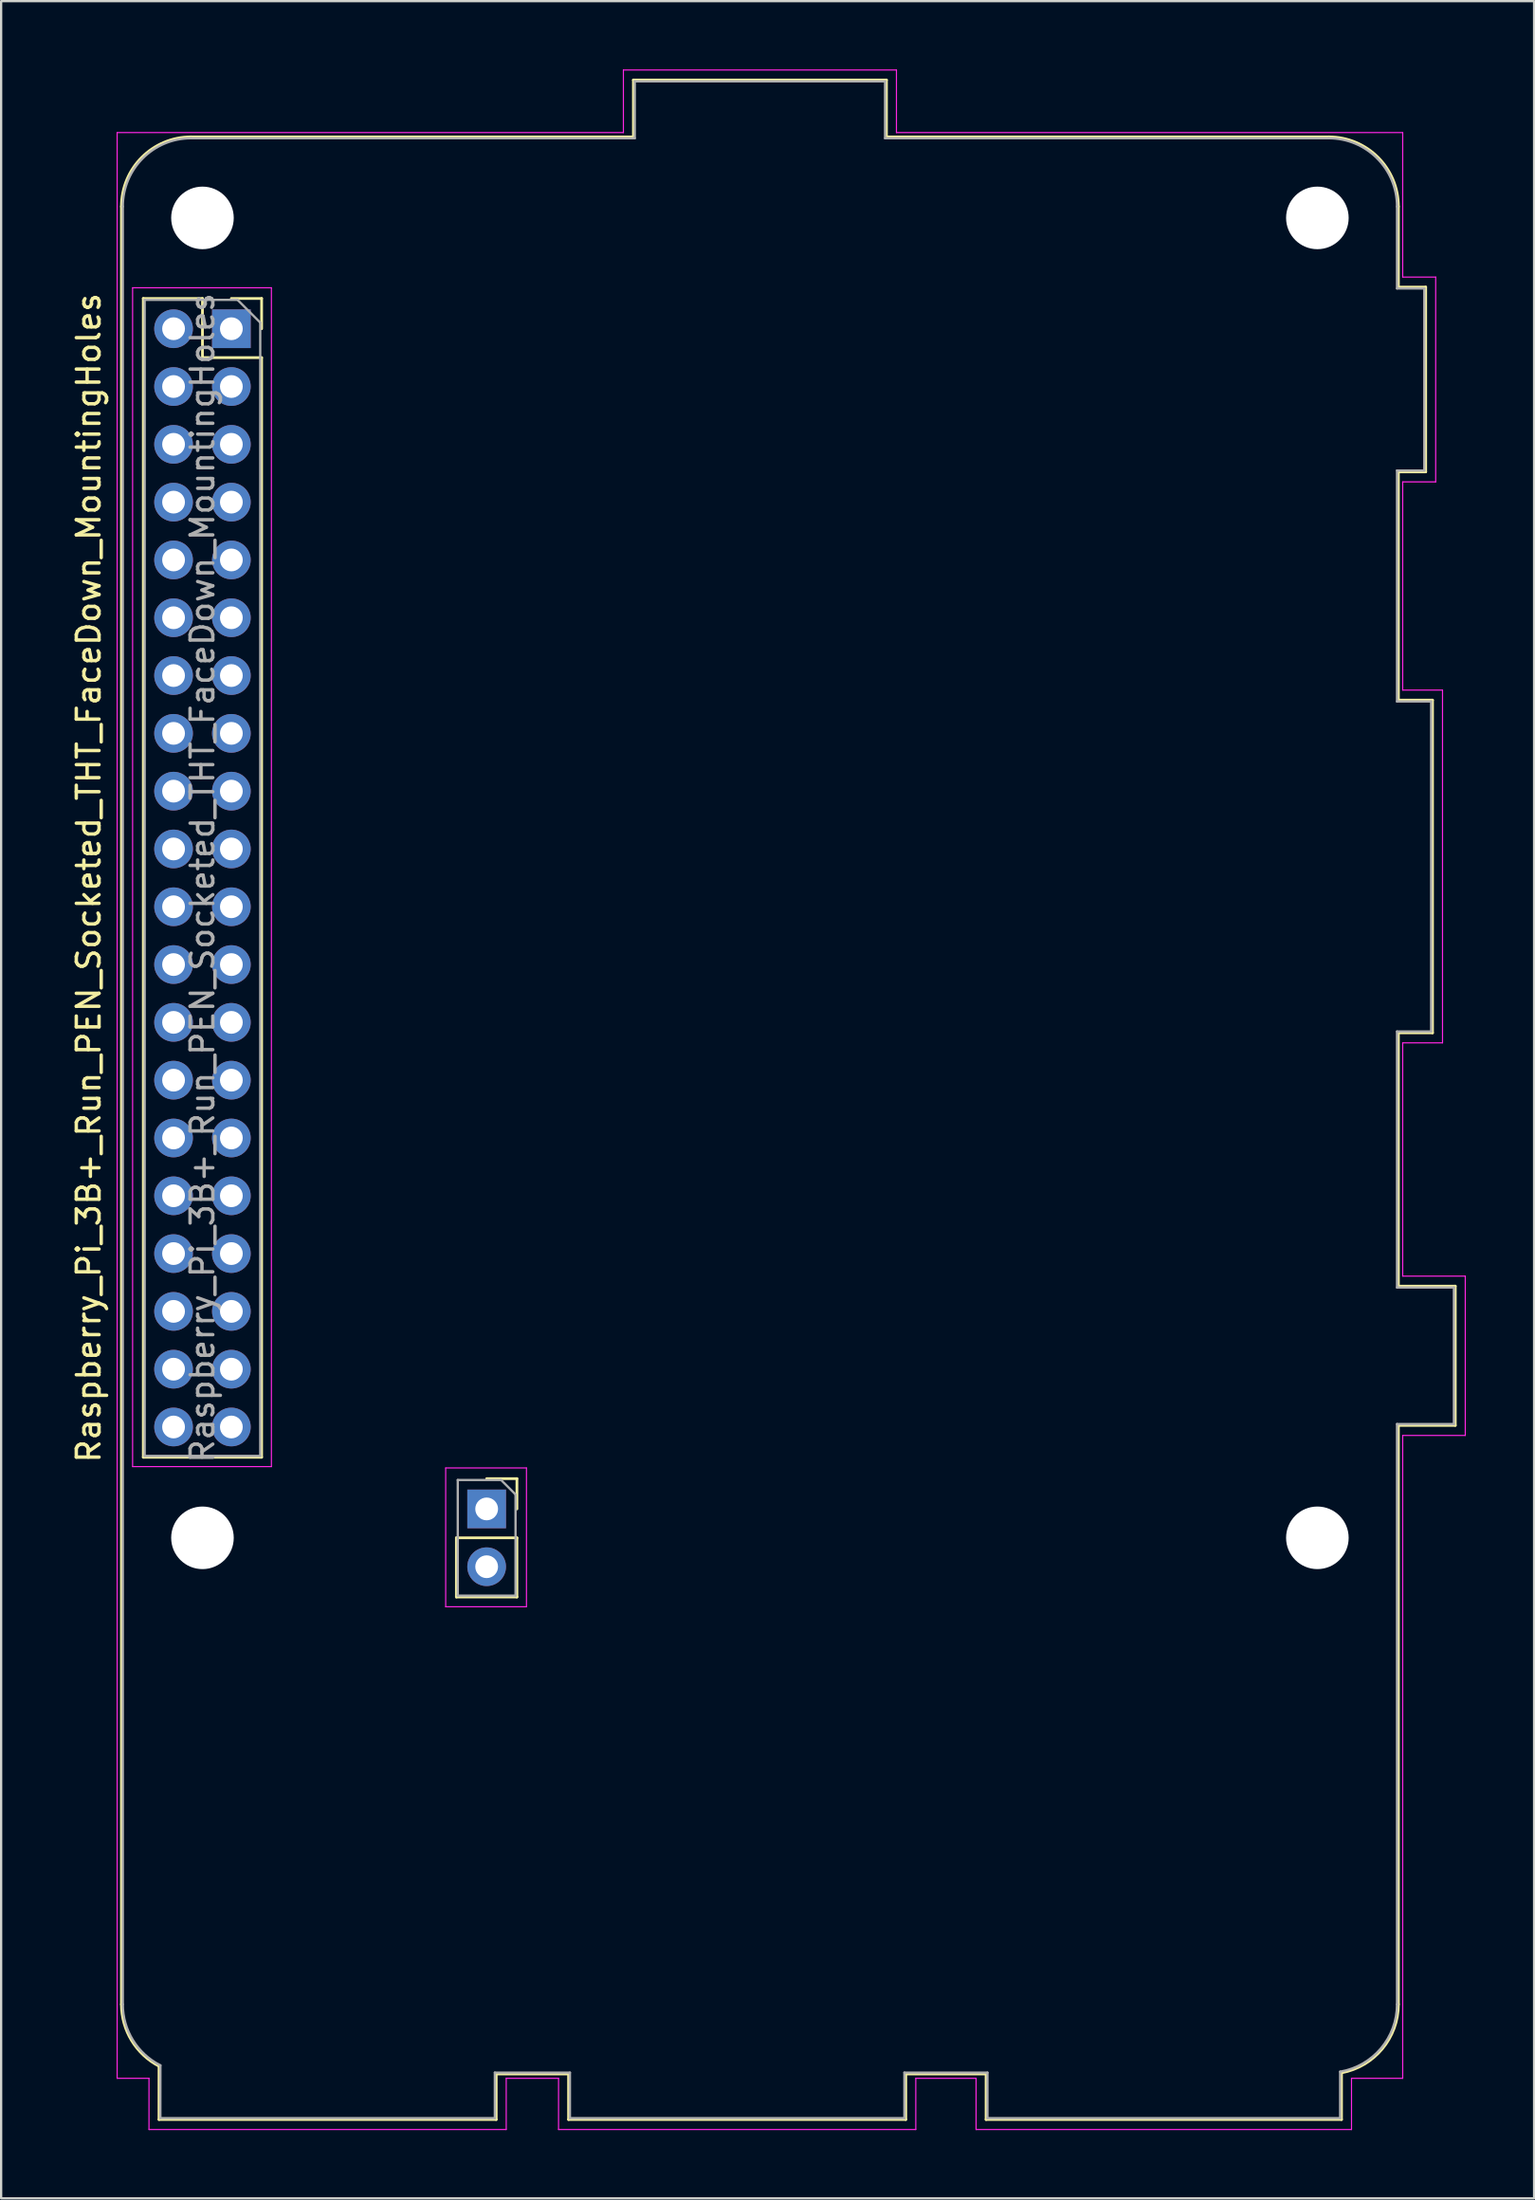
<source format=kicad_pcb>
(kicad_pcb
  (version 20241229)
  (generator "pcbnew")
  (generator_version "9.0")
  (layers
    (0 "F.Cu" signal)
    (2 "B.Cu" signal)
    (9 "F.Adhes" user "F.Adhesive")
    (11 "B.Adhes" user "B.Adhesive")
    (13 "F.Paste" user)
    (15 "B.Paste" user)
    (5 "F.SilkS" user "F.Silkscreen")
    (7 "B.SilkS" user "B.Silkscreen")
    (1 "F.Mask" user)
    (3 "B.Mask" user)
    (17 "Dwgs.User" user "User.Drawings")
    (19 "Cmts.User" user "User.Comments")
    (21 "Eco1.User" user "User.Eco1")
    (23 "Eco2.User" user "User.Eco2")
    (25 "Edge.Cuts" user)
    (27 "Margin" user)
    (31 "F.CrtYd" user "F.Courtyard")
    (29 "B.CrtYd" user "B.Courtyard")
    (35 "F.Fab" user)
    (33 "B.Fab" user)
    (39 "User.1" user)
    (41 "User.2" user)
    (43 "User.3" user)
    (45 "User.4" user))
  (footprint "Raspberry_Pi_3B+_Run_PEN_Socketed_THT_FaceDown_MountingHoles"
    (layer "F.Cu")
    (at 7.118 11.395)
    (property "Reference" "Raspberry_Pi_3B+_Run_PEN_Socketed_THT_FaceDown_MountingHoles" (at -6.27 24.13 90) (layer "F.SilkS") (effects (font (size 1 1) (thickness 0.15))))
    (attr through_hole)
    (fp_line (start -4.83 73.63) (end -4.83 -5.37) (stroke (width 0.12) (type solid)) (layer "F.SilkS"))
    (fp_line (start -3.87 -1.33) (end -3.87 49.59) (stroke (width 0.12) (type solid)) (layer "F.SilkS"))
    (fp_line (start -3.87 -1.33) (end -1.27 -1.33) (stroke (width 0.12) (type solid)) (layer "F.SilkS"))
    (fp_line (start -3.87 49.59) (end 1.33 49.59) (stroke (width 0.12) (type solid)) (layer "F.SilkS"))
    (fp_line (start -3.18 78.69) (end -3.178 76.347) (stroke (width 0.12) (type solid)) (layer "F.SilkS"))
    (fp_line (start -1.77 -8.43) (end 17.67 -8.43) (stroke (width 0.12) (type solid)) (layer "F.SilkS"))
    (fp_line (start -1.27 -1.33) (end -1.27 1.27) (stroke (width 0.12) (type solid)) (layer "F.SilkS"))
    (fp_line (start -1.27 1.27) (end 1.33 1.27) (stroke (width 0.12) (type solid)) (layer "F.SilkS"))
    (fp_line (start 0 -1.33) (end 1.33 -1.33) (stroke (width 0.12) (type solid)) (layer "F.SilkS"))
    (fp_line (start 1.33 -1.33) (end 1.33 0) (stroke (width 0.12) (type solid)) (layer "F.SilkS"))
    (fp_line (start 1.33 1.27) (end 1.33 49.59) (stroke (width 0.12) (type solid)) (layer "F.SilkS"))
    (fp_line (start 9.89 53.13) (end 9.89 55.73) (stroke (width 0.12) (type solid)) (layer "F.SilkS"))
    (fp_line (start 9.89 53.13) (end 12.55 53.13) (stroke (width 0.12) (type solid)) (layer "F.SilkS"))
    (fp_line (start 9.89 55.73) (end 12.55 55.73) (stroke (width 0.12) (type solid)) (layer "F.SilkS"))
    (fp_line (start 11.22 50.53) (end 12.55 50.53) (stroke (width 0.12) (type solid)) (layer "F.SilkS"))
    (fp_line (start 11.64 76.69) (end 11.64 78.69) (stroke (width 0.12) (type solid)) (layer "F.SilkS"))
    (fp_line (start 11.64 78.69) (end -3.18 78.69) (stroke (width 0.12) (type solid)) (layer "F.SilkS"))
    (fp_line (start 12.55 50.53) (end 12.55 51.86) (stroke (width 0.12) (type solid)) (layer "F.SilkS"))
    (fp_line (start 12.55 53.13) (end 12.55 55.73) (stroke (width 0.12) (type solid)) (layer "F.SilkS"))
    (fp_line (start 14.82 76.69) (end 11.64 76.69) (stroke (width 0.12) (type solid)) (layer "F.SilkS"))
    (fp_line (start 14.82 78.69) (end 14.82 76.69) (stroke (width 0.12) (type solid)) (layer "F.SilkS"))
    (fp_line (start 17.67 -10.93) (end 17.67 -8.43) (stroke (width 0.12) (type solid)) (layer "F.SilkS"))
    (fp_line (start 28.79 -10.93) (end 17.67 -10.93) (stroke (width 0.12) (type solid)) (layer "F.SilkS"))
    (fp_line (start 28.79 -8.43) (end 28.79 -10.93) (stroke (width 0.12) (type solid)) (layer "F.SilkS"))
    (fp_line (start 29.64 76.69) (end 29.64 78.69) (stroke (width 0.12) (type solid)) (layer "F.SilkS"))
    (fp_line (start 29.64 78.69) (end 14.82 78.69) (stroke (width 0.12) (type solid)) (layer "F.SilkS"))
    (fp_line (start 33.17 76.69) (end 29.64 76.69) (stroke (width 0.12) (type solid)) (layer "F.SilkS"))
    (fp_line (start 33.17 78.69) (end 33.17 76.69) (stroke (width 0.12) (type solid)) (layer "F.SilkS"))
    (fp_line (start 48.23 -8.43) (end 28.79 -8.43) (stroke (width 0.12) (type solid)) (layer "F.SilkS"))
    (fp_line (start 48.79 78.69) (end 33.17 78.69) (stroke (width 0.12) (type solid)) (layer "F.SilkS"))
    (fp_line (start 48.79 78.69) (end 48.79 76.638) (stroke (width 0.12) (type solid)) (layer "F.SilkS"))
    (fp_line (start 51.29 -5.37) (end 51.29 -1.83) (stroke (width 0.12) (type solid)) (layer "F.SilkS"))
    (fp_line (start 51.29 -1.83) (end 52.49 -1.83) (stroke (width 0.12) (type solid)) (layer "F.SilkS"))
    (fp_line (start 51.29 6.29) (end 51.29 16.32) (stroke (width 0.12) (type solid)) (layer "F.SilkS"))
    (fp_line (start 51.29 16.32) (end 52.79 16.32) (stroke (width 0.12) (type solid)) (layer "F.SilkS"))
    (fp_line (start 51.29 30.94) (end 51.29 42.07) (stroke (width 0.12) (type solid)) (layer "F.SilkS"))
    (fp_line (start 51.29 42.07) (end 53.79 42.07) (stroke (width 0.12) (type solid)) (layer "F.SilkS"))
    (fp_line (start 51.29 48.19) (end 51.29 73.63) (stroke (width 0.12) (type solid)) (layer "F.SilkS"))
    (fp_line (start 52.49 -1.83) (end 52.49 6.29) (stroke (width 0.12) (type solid)) (layer "F.SilkS"))
    (fp_line (start 52.49 6.29) (end 51.29 6.29) (stroke (width 0.12) (type solid)) (layer "F.SilkS"))
    (fp_line (start 52.79 16.32) (end 52.79 30.94) (stroke (width 0.12) (type solid)) (layer "F.SilkS"))
    (fp_line (start 52.79 30.94) (end 51.29 30.94) (stroke (width 0.12) (type solid)) (layer "F.SilkS"))
    (fp_line (start 53.79 42.07) (end 53.79 48.19) (stroke (width 0.12) (type solid)) (layer "F.SilkS"))
    (fp_line (start 53.79 48.19) (end 51.29 48.19) (stroke (width 0.12) (type solid)) (layer "F.SilkS"))
    (fp_arc (start -4.83 -5.37) (mid -3.933747 -7.533747) (end -1.77 -8.43) (stroke (width 0.12) (type solid)) (layer "F.SilkS"))
    (fp_arc (start -3.178211 76.346715) (mid -4.384644 75.219728) (end -4.83 73.63) (stroke (width 0.12) (type solid)) (layer "F.SilkS"))
    (fp_arc (start 48.23 -8.43) (mid 50.393747 -7.533747) (end 51.29 -5.37) (stroke (width 0.12) (type solid)) (layer "F.SilkS"))
    (fp_arc (start 51.29 73.63) (mid 50.583325 75.585879) (end 48.789698 76.638378) (stroke (width 0.12) (type solid)) (layer "F.SilkS"))
    (fp_line (start -5.02 -8.62) (end 17.23 -8.62) (stroke (width 0.05) (type solid)) (layer "F.CrtYd"))
    (fp_line (start -5.02 76.88) (end -5.02 -8.62) (stroke (width 0.05) (type solid)) (layer "F.CrtYd"))
    (fp_line (start -4.34 -1.8) (end 1.76 -1.8) (stroke (width 0.05) (type solid)) (layer "F.CrtYd"))
    (fp_line (start -4.34 50) (end -4.34 -1.8) (stroke (width 0.05) (type solid)) (layer "F.CrtYd"))
    (fp_line (start -3.62 76.88) (end -5.02 76.88) (stroke (width 0.05) (type solid)) (layer "F.CrtYd"))
    (fp_line (start -3.62 79.13) (end -3.62 76.88) (stroke (width 0.05) (type solid)) (layer "F.CrtYd"))
    (fp_line (start 1.76 -1.8) (end 1.76 50) (stroke (width 0.05) (type solid)) (layer "F.CrtYd"))
    (fp_line (start 1.76 50) (end -4.34 50) (stroke (width 0.05) (type solid)) (layer "F.CrtYd"))
    (fp_line (start 9.42 50.06) (end 12.97 50.06) (stroke (width 0.05) (type solid)) (layer "F.CrtYd"))
    (fp_line (start 9.42 56.16) (end 9.42 50.06) (stroke (width 0.05) (type solid)) (layer "F.CrtYd"))
    (fp_line (start 12.08 76.88) (end 12.08 79.13) (stroke (width 0.05) (type solid)) (layer "F.CrtYd"))
    (fp_line (start 12.08 79.13) (end -3.62 79.13) (stroke (width 0.05) (type solid)) (layer "F.CrtYd"))
    (fp_line (start 12.97 50.06) (end 12.97 56.16) (stroke (width 0.05) (type solid)) (layer "F.CrtYd"))
    (fp_line (start 12.97 56.16) (end 9.42 56.16) (stroke (width 0.05) (type solid)) (layer "F.CrtYd"))
    (fp_line (start 14.38 76.88) (end 12.08 76.88) (stroke (width 0.05) (type solid)) (layer "F.CrtYd"))
    (fp_line (start 14.38 79.13) (end 14.38 76.88) (stroke (width 0.05) (type solid)) (layer "F.CrtYd"))
    (fp_line (start 17.23 -11.37) (end 29.23 -11.37) (stroke (width 0.05) (type solid)) (layer "F.CrtYd"))
    (fp_line (start 17.23 -8.62) (end 17.23 -11.37) (stroke (width 0.05) (type solid)) (layer "F.CrtYd"))
    (fp_line (start 29.23 -11.37) (end 29.23 -8.62) (stroke (width 0.05) (type solid)) (layer "F.CrtYd"))
    (fp_line (start 29.23 -8.62) (end 51.48 -8.62) (stroke (width 0.05) (type solid)) (layer "F.CrtYd"))
    (fp_line (start 30.08 76.88) (end 30.08 79.13) (stroke (width 0.05) (type solid)) (layer "F.CrtYd"))
    (fp_line (start 30.08 79.13) (end 14.38 79.13) (stroke (width 0.05) (type solid)) (layer "F.CrtYd"))
    (fp_line (start 32.73 76.88) (end 30.08 76.88) (stroke (width 0.05) (type solid)) (layer "F.CrtYd"))
    (fp_line (start 32.73 79.13) (end 32.73 76.88) (stroke (width 0.05) (type solid)) (layer "F.CrtYd"))
    (fp_line (start 49.23 76.88) (end 49.23 79.13) (stroke (width 0.05) (type solid)) (layer "F.CrtYd"))
    (fp_line (start 49.23 79.13) (end 32.73 79.13) (stroke (width 0.05) (type solid)) (layer "F.CrtYd"))
    (fp_line (start 51.48 -8.62) (end 51.48 -2.27) (stroke (width 0.05) (type solid)) (layer "F.CrtYd"))
    (fp_line (start 51.48 -2.27) (end 52.93 -2.27) (stroke (width 0.05) (type solid)) (layer "F.CrtYd"))
    (fp_line (start 51.48 6.73) (end 51.48 15.88) (stroke (width 0.05) (type solid)) (layer "F.CrtYd"))
    (fp_line (start 51.48 15.88) (end 53.23 15.88) (stroke (width 0.05) (type solid)) (layer "F.CrtYd"))
    (fp_line (start 51.48 31.38) (end 51.48 41.63) (stroke (width 0.05) (type solid)) (layer "F.CrtYd"))
    (fp_line (start 51.48 41.63) (end 54.23 41.63) (stroke (width 0.05) (type solid)) (layer "F.CrtYd"))
    (fp_line (start 51.48 48.63) (end 51.48 76.88) (stroke (width 0.05) (type solid)) (layer "F.CrtYd"))
    (fp_line (start 51.48 76.88) (end 49.23 76.88) (stroke (width 0.05) (type solid)) (layer "F.CrtYd"))
    (fp_line (start 52.93 -2.27) (end 52.93 6.73) (stroke (width 0.05) (type solid)) (layer "F.CrtYd"))
    (fp_line (start 52.93 6.73) (end 51.48 6.73) (stroke (width 0.05) (type solid)) (layer "F.CrtYd"))
    (fp_line (start 53.23 15.88) (end 53.23 31.38) (stroke (width 0.05) (type solid)) (layer "F.CrtYd"))
    (fp_line (start 53.23 31.38) (end 51.48 31.38) (stroke (width 0.05) (type solid)) (layer "F.CrtYd"))
    (fp_line (start 54.23 41.63) (end 54.23 48.63) (stroke (width 0.05) (type solid)) (layer "F.CrtYd"))
    (fp_line (start 54.23 48.63) (end 51.48 48.63) (stroke (width 0.05) (type solid)) (layer "F.CrtYd"))
    (fp_line (start -4.77 73.63) (end -4.77 -5.37) (stroke (width 0.1) (type solid)) (layer "F.Fab"))
    (fp_line (start -3.81 -1.27) (end 0.27 -1.27) (stroke (width 0.1) (type solid)) (layer "F.Fab"))
    (fp_line (start -3.81 49.53) (end -3.81 -1.27) (stroke (width 0.1) (type solid)) (layer "F.Fab"))
    (fp_line (start -3.12 78.63) (end 11.58 78.63) (stroke (width 0.1) (type solid)) (layer "F.Fab"))
    (fp_line (start -3.118 76.31) (end -3.12 78.63) (stroke (width 0.1) (type solid)) (layer "F.Fab"))
    (fp_line (start -1.77 -8.37) (end 17.73 -8.37) (stroke (width 0.1) (type solid)) (layer "F.Fab"))
    (fp_line (start 0.27 -1.27) (end 1.27 -0.27) (stroke (width 0.1) (type solid)) (layer "F.Fab"))
    (fp_line (start 1.27 -0.27) (end 1.27 49.53) (stroke (width 0.1) (type solid)) (layer "F.Fab"))
    (fp_line (start 1.27 49.53) (end -3.81 49.53) (stroke (width 0.1) (type solid)) (layer "F.Fab"))
    (fp_line (start 9.95 50.59) (end 11.855 50.59) (stroke (width 0.1) (type solid)) (layer "F.Fab"))
    (fp_line (start 9.95 55.67) (end 9.95 50.59) (stroke (width 0.1) (type solid)) (layer "F.Fab"))
    (fp_line (start 11.58 76.63) (end 14.88 76.63) (stroke (width 0.1) (type solid)) (layer "F.Fab"))
    (fp_line (start 11.58 78.63) (end 11.58 76.63) (stroke (width 0.1) (type solid)) (layer "F.Fab"))
    (fp_line (start 11.855 50.59) (end 12.49 51.225) (stroke (width 0.1) (type solid)) (layer "F.Fab"))
    (fp_line (start 12.49 51.225) (end 12.49 55.67) (stroke (width 0.1) (type solid)) (layer "F.Fab"))
    (fp_line (start 12.49 55.67) (end 9.95 55.67) (stroke (width 0.1) (type solid)) (layer "F.Fab"))
    (fp_line (start 14.88 76.63) (end 14.88 78.63) (stroke (width 0.1) (type solid)) (layer "F.Fab"))
    (fp_line (start 14.88 78.63) (end 29.58 78.63) (stroke (width 0.1) (type solid)) (layer "F.Fab"))
    (fp_line (start 17.73 -10.87) (end 17.73 -8.37) (stroke (width 0.1) (type solid)) (layer "F.Fab"))
    (fp_line (start 28.73 -10.87) (end 17.73 -10.87) (stroke (width 0.1) (type solid)) (layer "F.Fab"))
    (fp_line (start 28.73 -8.37) (end 28.73 -10.87) (stroke (width 0.1) (type solid)) (layer "F.Fab"))
    (fp_line (start 29.58 76.63) (end 33.23 76.63) (stroke (width 0.1) (type solid)) (layer "F.Fab"))
    (fp_line (start 29.58 78.63) (end 29.58 76.63) (stroke (width 0.1) (type solid)) (layer "F.Fab"))
    (fp_line (start 33.23 76.63) (end 33.23 78.63) (stroke (width 0.1) (type solid)) (layer "F.Fab"))
    (fp_line (start 33.23 78.63) (end 48.73 78.63) (stroke (width 0.1) (type solid)) (layer "F.Fab"))
    (fp_line (start 48.23 -8.37) (end 28.73 -8.37) (stroke (width 0.1) (type solid)) (layer "F.Fab"))
    (fp_line (start 48.73 78.63) (end 48.73 76.588) (stroke (width 0.1) (type solid)) (layer "F.Fab"))
    (fp_line (start 51.23 -5.37) (end 51.23 -1.77) (stroke (width 0.1) (type solid)) (layer "F.Fab"))
    (fp_line (start 51.23 -1.77) (end 52.43 -1.77) (stroke (width 0.1) (type solid)) (layer "F.Fab"))
    (fp_line (start 51.23 6.23) (end 51.23 16.38) (stroke (width 0.1) (type solid)) (layer "F.Fab"))
    (fp_line (start 51.23 16.38) (end 52.73 16.38) (stroke (width 0.1) (type solid)) (layer "F.Fab"))
    (fp_line (start 51.23 30.88) (end 51.23 42.13) (stroke (width 0.1) (type solid)) (layer "F.Fab"))
    (fp_line (start 51.23 42.13) (end 53.73 42.13) (stroke (width 0.1) (type solid)) (layer "F.Fab"))
    (fp_line (start 51.23 48.13) (end 51.23 73.63) (stroke (width 0.1) (type solid)) (layer "F.Fab"))
    (fp_line (start 52.43 -1.77) (end 52.43 6.23) (stroke (width 0.1) (type solid)) (layer "F.Fab"))
    (fp_line (start 52.43 6.23) (end 51.23 6.23) (stroke (width 0.1) (type solid)) (layer "F.Fab"))
    (fp_line (start 52.73 16.38) (end 52.73 30.88) (stroke (width 0.1) (type solid)) (layer "F.Fab"))
    (fp_line (start 52.73 30.88) (end 51.23 30.88) (stroke (width 0.1) (type solid)) (layer "F.Fab"))
    (fp_line (start 53.73 42.13) (end 53.73 48.13) (stroke (width 0.1) (type solid)) (layer "F.Fab"))
    (fp_line (start 53.73 48.13) (end 51.23 48.13) (stroke (width 0.1) (type solid)) (layer "F.Fab"))
    (fp_arc (start -4.77 -5.37) (mid -3.89132 -7.49132) (end -1.77 -8.37) (stroke (width 0.1) (type solid)) (layer "F.Fab"))
    (fp_arc (start -3.117957 76.310114) (mid -4.323808 75.204187) (end -4.77 73.63) (stroke (width 0.1) (type solid)) (layer "F.Fab"))
    (fp_arc (start 48.23 -8.37) (mid 50.35132 -7.49132) (end 51.23 -5.37) (stroke (width 0.1) (type solid)) (layer "F.Fab"))
    (fp_arc (start 51.23 73.63) (mid 50.521388 75.566373) (end 48.730306 76.587988) (stroke (width 0.1) (type solid)) (layer "F.Fab"))
    (fp_text user "${REFERENCE}" (at -1.27 24.13 90) (layer "F.Fab") (effects (font (size 1 1) (thickness 0.15))))
    (pad "" np_thru_hole circle (at -1.27 -4.87 90) (size 2.75 2.75) (drill 2.75) (layers "*.Cu" "*.Mask"))
    (pad "" np_thru_hole circle (at -1.27 53.13 90) (size 2.75 2.75) (drill 2.75) (layers "*.Cu" "*.Mask"))
    (pad "" np_thru_hole circle (at 47.73 -4.87 90) (size 2.75 2.75) (drill 2.75) (layers "*.Cu" "*.Mask"))
    (pad "" np_thru_hole circle (at 47.73 53.13 90) (size 2.75 2.75) (drill 2.75) (layers "*.Cu" "*.Mask"))
    (pad "1" thru_hole rect (at 0 0) (size 1.7 1.7) (drill 1) (layers "*.Cu" "*.Mask"))
    (pad "2" thru_hole oval (at -2.54 0) (size 1.7 1.7) (drill 1) (layers "*.Cu" "*.Mask"))
    (pad "3" thru_hole oval (at 0 2.54) (size 1.7 1.7) (drill 1) (layers "*.Cu" "*.Mask"))
    (pad "4" thru_hole oval (at -2.54 2.54) (size 1.7 1.7) (drill 1) (layers "*.Cu" "*.Mask"))
    (pad "5" thru_hole oval (at 0 5.08) (size 1.7 1.7) (drill 1) (layers "*.Cu" "*.Mask"))
    (pad "6" thru_hole oval (at -2.54 5.08) (size 1.7 1.7) (drill 1) (layers "*.Cu" "*.Mask"))
    (pad "7" thru_hole oval (at 0 7.62) (size 1.7 1.7) (drill 1) (layers "*.Cu" "*.Mask"))
    (pad "8" thru_hole oval (at -2.54 7.62) (size 1.7 1.7) (drill 1) (layers "*.Cu" "*.Mask"))
    (pad "9" thru_hole oval (at 0 10.16) (size 1.7 1.7) (drill 1) (layers "*.Cu" "*.Mask"))
    (pad "10" thru_hole oval (at -2.54 10.16) (size 1.7 1.7) (drill 1) (layers "*.Cu" "*.Mask"))
    (pad "11" thru_hole oval (at 0 12.7) (size 1.7 1.7) (drill 1) (layers "*.Cu" "*.Mask"))
    (pad "12" thru_hole oval (at -2.54 12.7) (size 1.7 1.7) (drill 1) (layers "*.Cu" "*.Mask"))
    (pad "13" thru_hole oval (at 0 15.24) (size 1.7 1.7) (drill 1) (layers "*.Cu" "*.Mask"))
    (pad "14" thru_hole oval (at -2.54 15.24) (size 1.7 1.7) (drill 1) (layers "*.Cu" "*.Mask"))
    (pad "15" thru_hole oval (at 0 17.78) (size 1.7 1.7) (drill 1) (layers "*.Cu" "*.Mask"))
    (pad "16" thru_hole oval (at -2.54 17.78) (size 1.7 1.7) (drill 1) (layers "*.Cu" "*.Mask"))
    (pad "17" thru_hole oval (at 0 20.32) (size 1.7 1.7) (drill 1) (layers "*.Cu" "*.Mask"))
    (pad "18" thru_hole oval (at -2.54 20.32) (size 1.7 1.7) (drill 1) (layers "*.Cu" "*.Mask"))
    (pad "19" thru_hole oval (at 0 22.86) (size 1.7 1.7) (drill 1) (layers "*.Cu" "*.Mask"))
    (pad "20" thru_hole oval (at -2.54 22.86) (size 1.7 1.7) (drill 1) (layers "*.Cu" "*.Mask"))
    (pad "21" thru_hole oval (at 0 25.4) (size 1.7 1.7) (drill 1) (layers "*.Cu" "*.Mask"))
    (pad "22" thru_hole oval (at -2.54 25.4) (size 1.7 1.7) (drill 1) (layers "*.Cu" "*.Mask"))
    (pad "23" thru_hole oval (at 0 27.94) (size 1.7 1.7) (drill 1) (layers "*.Cu" "*.Mask"))
    (pad "24" thru_hole oval (at -2.54 27.94) (size 1.7 1.7) (drill 1) (layers "*.Cu" "*.Mask"))
    (pad "25" thru_hole oval (at 0 30.48) (size 1.7 1.7) (drill 1) (layers "*.Cu" "*.Mask"))
    (pad "26" thru_hole oval (at -2.54 30.48) (size 1.7 1.7) (drill 1) (layers "*.Cu" "*.Mask"))
    (pad "27" thru_hole oval (at 0 33.02) (size 1.7 1.7) (drill 1) (layers "*.Cu" "*.Mask"))
    (pad "28" thru_hole oval (at -2.54 33.02) (size 1.7 1.7) (drill 1) (layers "*.Cu" "*.Mask"))
    (pad "29" thru_hole oval (at 0 35.56) (size 1.7 1.7) (drill 1) (layers "*.Cu" "*.Mask"))
    (pad "30" thru_hole oval (at -2.54 35.56) (size 1.7 1.7) (drill 1) (layers "*.Cu" "*.Mask"))
    (pad "31" thru_hole oval (at 0 38.1) (size 1.7 1.7) (drill 1) (layers "*.Cu" "*.Mask"))
    (pad "32" thru_hole oval (at -2.54 38.1) (size 1.7 1.7) (drill 1) (layers "*.Cu" "*.Mask"))
    (pad "33" thru_hole oval (at 0 40.64) (size 1.7 1.7) (drill 1) (layers "*.Cu" "*.Mask"))
    (pad "34" thru_hole oval (at -2.54 40.64) (size 1.7 1.7) (drill 1) (layers "*.Cu" "*.Mask"))
    (pad "35" thru_hole oval (at 0 43.18) (size 1.7 1.7) (drill 1) (layers "*.Cu" "*.Mask"))
    (pad "36" thru_hole oval (at -2.54 43.18) (size 1.7 1.7) (drill 1) (layers "*.Cu" "*.Mask"))
    (pad "37" thru_hole oval (at 0 45.72) (size 1.7 1.7) (drill 1) (layers "*.Cu" "*.Mask"))
    (pad "38" thru_hole oval (at -2.54 45.72) (size 1.7 1.7) (drill 1) (layers "*.Cu" "*.Mask"))
    (pad "39" thru_hole oval (at 0 48.26) (size 1.7 1.7) (drill 1) (layers "*.Cu" "*.Mask"))
    (pad "40" thru_hole oval (at -2.54 48.26) (size 1.7 1.7) (drill 1) (layers "*.Cu" "*.Mask"))
    (pad "41" thru_hole rect (at 11.22 51.86) (size 1.7 1.7) (drill 1) (layers "*.Cu" "*.Mask"))
    (pad "42" thru_hole oval (at 11.22 54.4) (size 1.7 1.7) (drill 1) (layers "*.Cu" "*.Mask")))
  (gr_rect
    (start -3 -3)
    (end 64.373 93.55)
    (stroke (width 0.1) (type default))
    (fill no)
    (layer "Edge.Cuts")))
</source>
